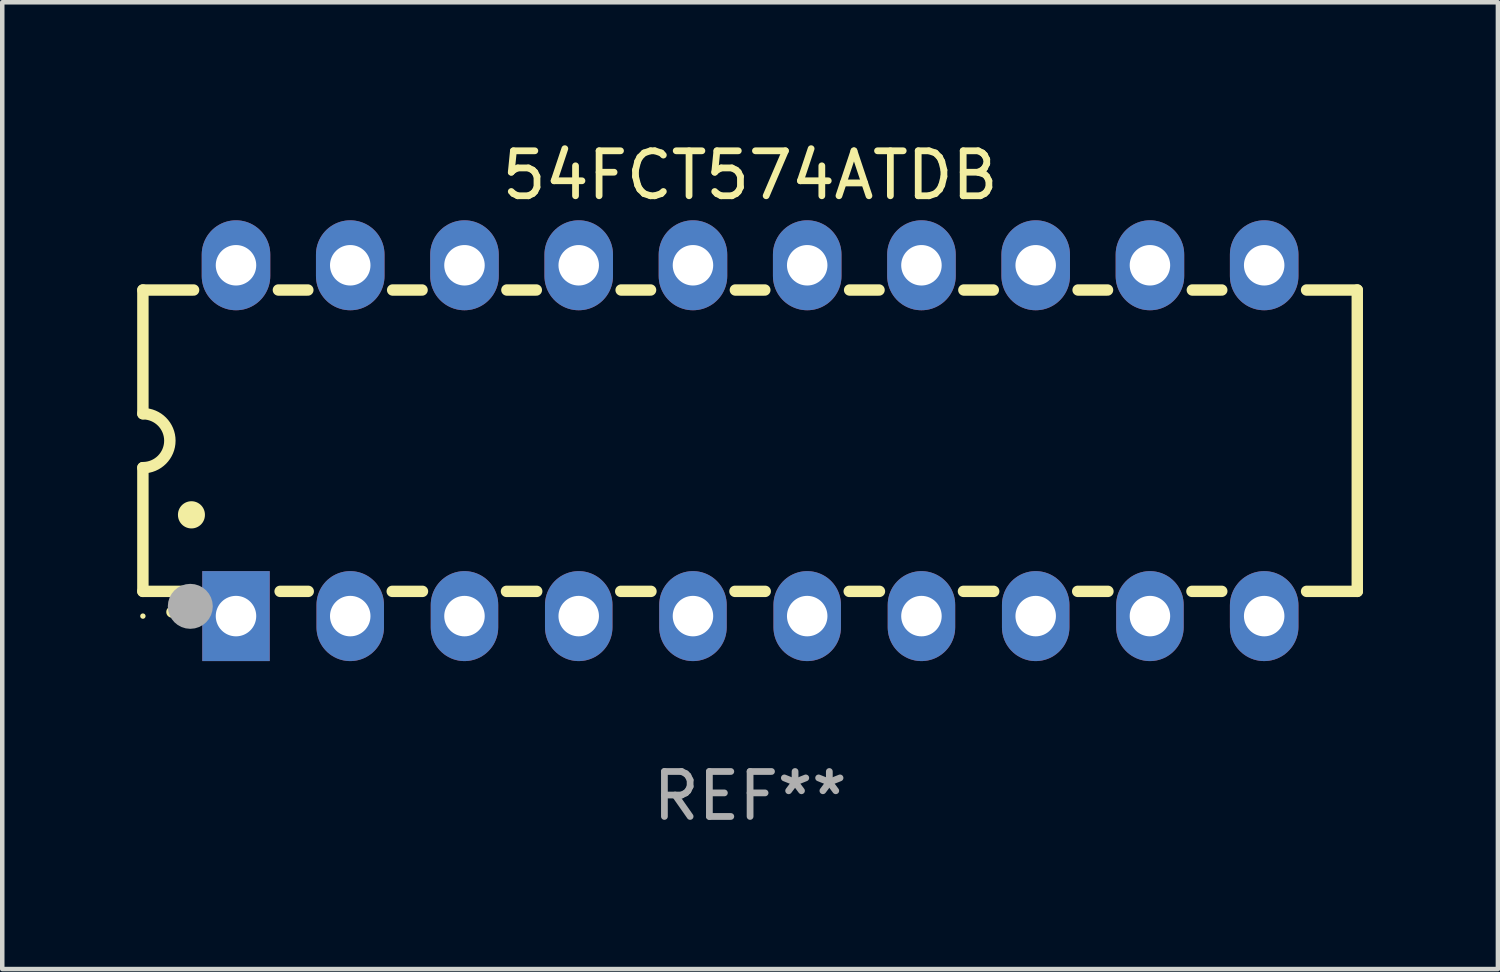
<source format=kicad_pcb>
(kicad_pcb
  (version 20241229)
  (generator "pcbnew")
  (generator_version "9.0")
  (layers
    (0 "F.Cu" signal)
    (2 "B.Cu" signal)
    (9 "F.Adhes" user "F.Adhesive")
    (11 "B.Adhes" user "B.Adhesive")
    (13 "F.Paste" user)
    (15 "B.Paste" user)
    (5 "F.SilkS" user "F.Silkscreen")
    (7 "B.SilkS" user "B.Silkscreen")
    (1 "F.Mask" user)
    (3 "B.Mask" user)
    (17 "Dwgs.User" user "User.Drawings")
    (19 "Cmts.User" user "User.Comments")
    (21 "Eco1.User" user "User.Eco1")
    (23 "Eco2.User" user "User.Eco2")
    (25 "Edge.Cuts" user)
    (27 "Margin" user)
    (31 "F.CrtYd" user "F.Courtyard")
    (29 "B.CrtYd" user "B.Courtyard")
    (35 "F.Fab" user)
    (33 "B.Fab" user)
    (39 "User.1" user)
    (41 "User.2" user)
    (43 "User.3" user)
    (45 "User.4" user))
  (footprint "54FCT574ATDB"
    (layer "F.Cu")
    (at 13.627 6.748)
    (property "Reference" "54FCT574ATDB" (at 0 -5.9 0) (layer "F.SilkS") (effects (font (size 1 1) (thickness 0.15))))
    (attr through_hole)
    (fp_line (start -13.5 -3.35) (end -12.373 -3.35) (stroke (width 0.254) (type solid)) (layer "F.SilkS"))
    (fp_line (start -13.5 -0.6) (end -13.5 -3.35) (stroke (width 0.254) (type solid)) (layer "F.SilkS"))
    (fp_line (start -13.5 3.35) (end -13.5 0.6) (stroke (width 0.254) (type solid)) (layer "F.SilkS"))
    (fp_line (start -13.5 3.35) (end -12.411 3.35) (stroke (width 0.254) (type solid)) (layer "F.SilkS"))
    (fp_line (start -10.487 -3.35) (end -9.833 -3.35) (stroke (width 0.254) (type solid)) (layer "F.SilkS"))
    (fp_line (start -10.449 3.35) (end -9.824 3.35) (stroke (width 0.254) (type solid)) (layer "F.SilkS"))
    (fp_line (start -7.956 3.35) (end -7.284 3.35) (stroke (width 0.254) (type solid)) (layer "F.SilkS"))
    (fp_line (start -7.947 -3.35) (end -7.293 -3.35) (stroke (width 0.254) (type solid)) (layer "F.SilkS"))
    (fp_line (start -5.416 3.35) (end -4.744 3.35) (stroke (width 0.254) (type solid)) (layer "F.SilkS"))
    (fp_line (start -5.407 -3.35) (end -4.753 -3.35) (stroke (width 0.254) (type solid)) (layer "F.SilkS"))
    (fp_line (start -2.876 3.35) (end -2.204 3.35) (stroke (width 0.254) (type solid)) (layer "F.SilkS"))
    (fp_line (start -2.867 -3.35) (end -2.213 -3.35) (stroke (width 0.254) (type solid)) (layer "F.SilkS"))
    (fp_line (start -0.336 3.35) (end 0.336 3.35) (stroke (width 0.254) (type solid)) (layer "F.SilkS"))
    (fp_line (start -0.327 -3.35) (end 0.327 -3.35) (stroke (width 0.254) (type solid)) (layer "F.SilkS"))
    (fp_line (start 2.204 3.35) (end 2.876 3.35) (stroke (width 0.254) (type solid)) (layer "F.SilkS"))
    (fp_line (start 2.213 -3.35) (end 2.867 -3.35) (stroke (width 0.254) (type solid)) (layer "F.SilkS"))
    (fp_line (start 4.744 3.35) (end 5.416 3.35) (stroke (width 0.254) (type solid)) (layer "F.SilkS"))
    (fp_line (start 4.753 -3.35) (end 5.407 -3.35) (stroke (width 0.254) (type solid)) (layer "F.SilkS"))
    (fp_line (start 7.284 3.35) (end 7.956 3.35) (stroke (width 0.254) (type solid)) (layer "F.SilkS"))
    (fp_line (start 7.293 -3.35) (end 7.947 -3.35) (stroke (width 0.254) (type solid)) (layer "F.SilkS"))
    (fp_line (start 9.824 3.35) (end 10.487 3.35) (stroke (width 0.254) (type solid)) (layer "F.SilkS"))
    (fp_line (start 9.833 -3.35) (end 10.487 -3.35) (stroke (width 0.254) (type solid)) (layer "F.SilkS"))
    (fp_line (start 12.373 -3.35) (end 13.5 -3.35) (stroke (width 0.254) (type solid)) (layer "F.SilkS"))
    (fp_line (start 12.373 3.35) (end 13.5 3.35) (stroke (width 0.254) (type solid)) (layer "F.SilkS"))
    (fp_line (start 13.5 -3.35) (end 13.5 3.35) (stroke (width 0.254) (type solid)) (layer "F.SilkS"))
    (fp_arc (start -13.500127 -0.599442) (mid -12.900406 0.000228) (end -13.500025 0.6) (stroke (width 0.254001) (type solid)) (layer "F.SilkS"))
    (fp_arc (start -12.854966 3.810008) (mid -12.854973 3.808738) (end -12.854966 3.807468) (stroke (width 0.25) (type solid)) (layer "F.SilkS"))
    (fp_arc (start -12.420625 1.651003) (mid -12.420636 1.648463) (end -12.420625 1.645923) (stroke (width 0.6) (type solid)) (layer "F.SilkS"))
    (fp_circle (center -13.5 3.9) (end -13.47 3.9) (stroke (width 0.06) (type solid)) (fill no) (layer "F.SilkS"))
    (fp_circle (center -12.446 3.683) (end -12.196 3.683) (stroke (width 0.5) (type solid)) (fill no) (layer "F.Fab"))
    (fp_text user "REF**" (at 0 7.9 0) (layer "F.Fab") (effects (font (size 1 1) (thickness 0.15))))
    (pad "1" thru_hole rect (at -11.43 3.9 90) (size 2 1.5) (drill 0.9) (layers "*.Cu" "*.Mask"))
    (pad "2" thru_hole oval (at -8.89 3.9 90) (size 2 1.5) (drill 0.9) (layers "*.Cu" "*.Mask"))
    (pad "3" thru_hole oval (at -6.35 3.9 90) (size 2 1.5) (drill 0.9) (layers "*.Cu" "*.Mask"))
    (pad "4" thru_hole oval (at -3.81 3.9 90) (size 2 1.5) (drill 0.9) (layers "*.Cu" "*.Mask"))
    (pad "5" thru_hole oval (at -1.27 3.9 90) (size 2 1.5) (drill 0.9) (layers "*.Cu" "*.Mask"))
    (pad "6" thru_hole oval (at 1.27 3.9 90) (size 2 1.5) (drill 0.9) (layers "*.Cu" "*.Mask"))
    (pad "7" thru_hole oval (at 3.81 3.9 90) (size 2 1.5) (drill 0.9) (layers "*.Cu" "*.Mask"))
    (pad "8" thru_hole oval (at 6.35 3.9 90) (size 2 1.5) (drill 0.9) (layers "*.Cu" "*.Mask"))
    (pad "9" thru_hole oval (at 8.89 3.9 90) (size 2 1.5) (drill 0.9) (layers "*.Cu" "*.Mask"))
    (pad "10" thru_hole oval (at 11.43 3.9 90) (size 2 1.524) (drill 0.9) (layers "*.Cu" "*.Mask"))
    (pad "11" thru_hole oval (at 11.43 -3.9 90) (size 2 1.524) (drill 0.9) (layers "*.Cu" "*.Mask"))
    (pad "12" thru_hole oval (at 8.89 -3.9 90) (size 2 1.524) (drill 0.9) (layers "*.Cu" "*.Mask"))
    (pad "13" thru_hole oval (at 6.35 -3.9 90) (size 2 1.524) (drill 0.9) (layers "*.Cu" "*.Mask"))
    (pad "14" thru_hole oval (at 3.81 -3.9 90) (size 2 1.524) (drill 0.9) (layers "*.Cu" "*.Mask"))
    (pad "15" thru_hole oval (at 1.27 -3.9 90) (size 2 1.524) (drill 0.9) (layers "*.Cu" "*.Mask"))
    (pad "16" thru_hole oval (at -1.27 -3.9 90) (size 2 1.524) (drill 0.9) (layers "*.Cu" "*.Mask"))
    (pad "17" thru_hole oval (at -3.81 -3.9 90) (size 2 1.524) (drill 0.9) (layers "*.Cu" "*.Mask"))
    (pad "18" thru_hole oval (at -6.35 -3.9 90) (size 2 1.524) (drill 0.9) (layers "*.Cu" "*.Mask"))
    (pad "19" thru_hole oval (at -8.89 -3.9 90) (size 2 1.524) (drill 0.9) (layers "*.Cu" "*.Mask"))
    (pad "20" thru_hole oval (at -11.43 -3.9 90) (size 2 1.524) (drill 0.9) (layers "*.Cu" "*.Mask")))
  (gr_rect
    (start -3 -3)
    (end 30.254 18.496)
    (stroke (width 0.1) (type default))
    (fill no)
    (layer "Edge.Cuts")))
</source>
